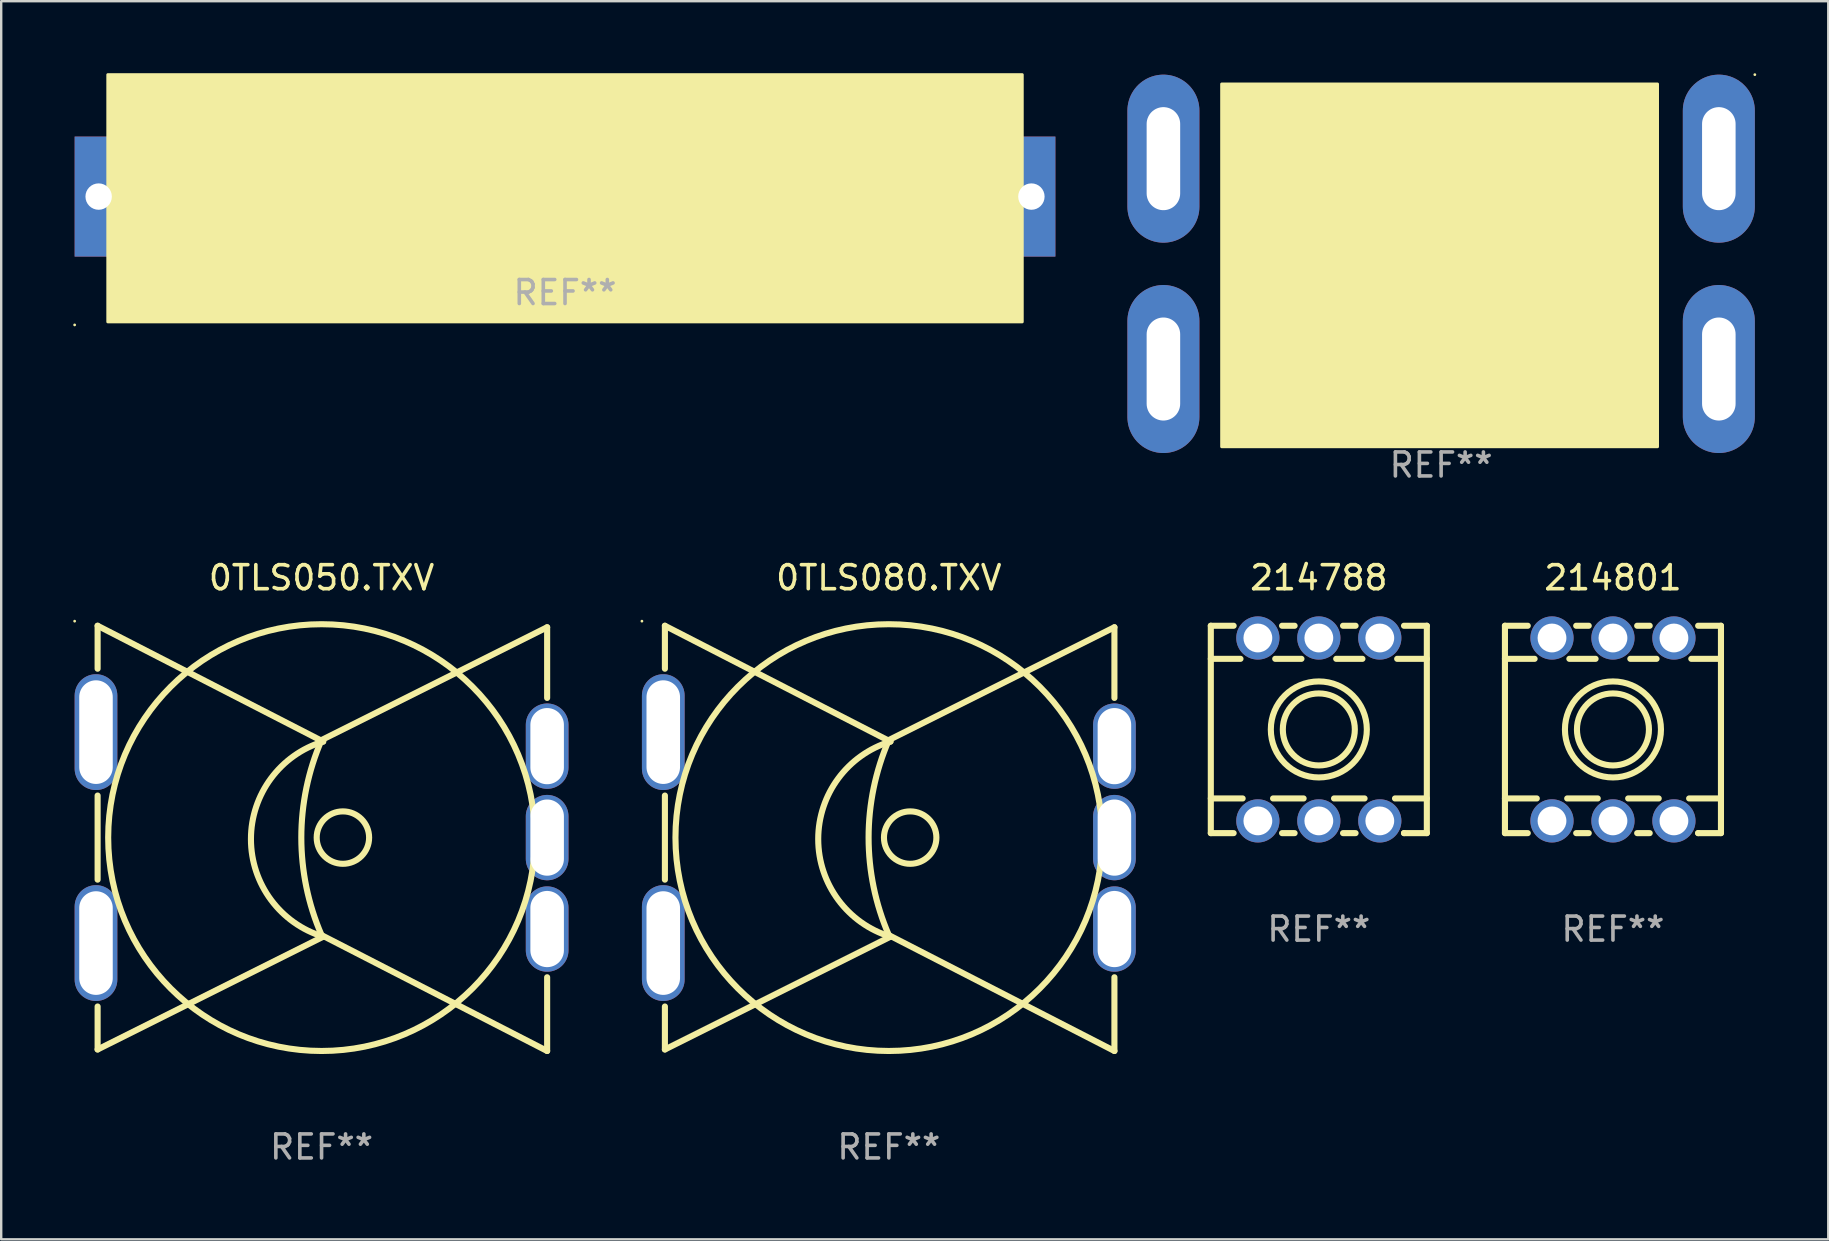
<source format=kicad_pcb>
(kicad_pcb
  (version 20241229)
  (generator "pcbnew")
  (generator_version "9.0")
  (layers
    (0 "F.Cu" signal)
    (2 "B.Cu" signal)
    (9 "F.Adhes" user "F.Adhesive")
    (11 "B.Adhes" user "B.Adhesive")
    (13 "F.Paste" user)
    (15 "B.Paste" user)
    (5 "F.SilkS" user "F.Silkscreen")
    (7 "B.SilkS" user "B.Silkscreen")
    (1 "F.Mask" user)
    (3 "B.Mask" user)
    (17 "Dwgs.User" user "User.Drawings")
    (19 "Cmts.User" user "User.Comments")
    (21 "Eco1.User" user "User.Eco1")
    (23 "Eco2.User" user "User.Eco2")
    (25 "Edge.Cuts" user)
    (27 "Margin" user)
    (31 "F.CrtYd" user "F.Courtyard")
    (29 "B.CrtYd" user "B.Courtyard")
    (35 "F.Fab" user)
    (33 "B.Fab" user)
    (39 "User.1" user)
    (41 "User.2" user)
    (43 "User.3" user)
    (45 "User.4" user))
  (footprint "0TLS080.TXV"
    (layer "F.Cu")
    (at 33.981 31.878)
    (property "Reference" "0TLS080.TXV" (at 0 -10.858 0) (layer "F.SilkS") (effects (font (size 1 1) (thickness 0.15))))
    (attr through_hole)
    (fp_line (start -9.33 -8.858) (end -9.33 -7.068) (stroke (width 0.254) (type solid)) (layer "F.SilkS"))
    (fp_line (start -9.33 -8.858) (end 0.068 -4.032) (stroke (width 0.254) (type solid)) (layer "F.SilkS"))
    (fp_line (start -9.33 -1.784) (end -9.33 1.72) (stroke (width 0.254) (type solid)) (layer "F.SilkS"))
    (fp_line (start -9.33 7.005) (end -9.33 8.795) (stroke (width 0.254) (type solid)) (layer "F.SilkS"))
    (fp_line (start -9.33 8.795) (end 0.068 4.096) (stroke (width 0.254) (type solid)) (layer "F.SilkS"))
    (fp_line (start 9.398 -8.795) (end 0 -4.096) (stroke (width 0.254) (type solid)) (layer "F.SilkS"))
    (fp_line (start 9.398 -8.795) (end 9.398 -5.851) (stroke (width 0.254) (type solid)) (layer "F.SilkS"))
    (fp_line (start 9.398 5.787) (end 9.398 8.858) (stroke (width 0.254) (type solid)) (layer "F.SilkS"))
    (fp_line (start 9.398 8.858) (end 0 4.032) (stroke (width 0.254) (type solid)) (layer "F.SilkS"))
    (fp_arc (start 0 4.032258) (mid -0.843658 -0.03175) (end 0 -4.095758) (stroke (width 0.254001) (type solid)) (layer "F.SilkS"))
    (fp_arc (start 0.067717 4.095758) (mid -2.942259 0.03175) (end 0.067716 -4.032258) (stroke (width 0.254001) (type solid)) (layer "F.SilkS"))
    (fp_circle (center -10.287 -9.049) (end -10.257 -9.049) (stroke (width 0.06) (type solid)) (fill no) (layer "F.SilkS"))
    (fp_circle (center 0 -0.032) (end 8.89 -0.032) (stroke (width 0.254) (type solid)) (fill no) (layer "F.SilkS"))
    (fp_circle (center 0.889 -0.032) (end 1.981 -0.032) (stroke (width 0.254) (type solid)) (fill no) (layer "F.SilkS"))
    (fp_text user "REF**" (at 0 12.858 0) (layer "F.Fab") (effects (font (size 1 1) (thickness 0.15))))
    (pad "1" thru_hole oval (at -9.398 -4.426 90) (size 4.826 1.778) (drill oval 4.318 1.397) (layers "*.Cu" "*.Mask"))
    (pad "1" thru_hole oval (at -9.398 4.362 90) (size 4.826 1.778) (drill oval 4.318 1.397) (layers "*.Cu" "*.Mask"))
    (pad "2" thru_hole oval (at 9.398 -3.842 90) (size 3.556 1.778) (drill oval 3.175 1.397) (layers "*.Cu" "*.Mask"))
    (pad "2" thru_hole oval (at 9.398 -0.032 90) (size 3.556 1.778) (drill oval 3.175 1.397) (layers "*.Cu" "*.Mask"))
    (pad "2" thru_hole oval (at 9.398 3.778 90) (size 3.556 1.778) (drill oval 3.175 1.397) (layers "*.Cu" "*.Mask")))
  (footprint "0SPF030.HXR"
    (layer "F.Cu")
    (at 20.49 5.14)
    (property "Reference" "0SPF030.HXR" (at 0 -2 0) (layer "F.SilkS") (effects (font (size 1 1) (thickness 0.15))))
    (attr through_hole)
    (fp_circle (center -20.43 5.347) (end -20.4 5.347) (stroke (width 0.06) (type solid)) (fill no) (layer "F.SilkS"))
    (fp_poly (pts (xy -19.05 -5.08) (xy 19.05 -5.08) (xy 19.05 5.22) (xy -19.05 5.22)) (stroke (width 0.12) (type solid)) (fill yes) (layer "F.SilkS"))
    (fp_text user "REF**" (at 0 4 0) (layer "F.Fab") (effects (font (size 1 1) (thickness 0.15))))
    (pad "1" thru_hole rect (at -19.43 0) (size 2 5) (drill 1.1) (layers "*.Cu" "*.Mask"))
    (pad "2" thru_hole rect (at 19.43 0) (size 2 5) (drill 1.1) (layers "*.Cu" "*.Mask")))
  (footprint "0TLS050.TXV"
    (layer "F.Cu")
    (at 10.347 31.878)
    (property "Reference" "0TLS050.TXV" (at 0 -10.858 0) (layer "F.SilkS") (effects (font (size 1 1) (thickness 0.15))))
    (attr through_hole)
    (fp_line (start -9.33 -8.858) (end -9.33 -7.068) (stroke (width 0.254) (type solid)) (layer "F.SilkS"))
    (fp_line (start -9.33 -8.858) (end 0.068 -4.032) (stroke (width 0.254) (type solid)) (layer "F.SilkS"))
    (fp_line (start -9.33 -1.784) (end -9.33 1.72) (stroke (width 0.254) (type solid)) (layer "F.SilkS"))
    (fp_line (start -9.33 7.005) (end -9.33 8.795) (stroke (width 0.254) (type solid)) (layer "F.SilkS"))
    (fp_line (start -9.33 8.795) (end 0.068 4.096) (stroke (width 0.254) (type solid)) (layer "F.SilkS"))
    (fp_line (start 9.398 -8.795) (end 0 -4.096) (stroke (width 0.254) (type solid)) (layer "F.SilkS"))
    (fp_line (start 9.398 -8.795) (end 9.398 -5.851) (stroke (width 0.254) (type solid)) (layer "F.SilkS"))
    (fp_line (start 9.398 5.787) (end 9.398 8.858) (stroke (width 0.254) (type solid)) (layer "F.SilkS"))
    (fp_line (start 9.398 8.858) (end 0 4.032) (stroke (width 0.254) (type solid)) (layer "F.SilkS"))
    (fp_arc (start 0 4.032258) (mid -0.843658 -0.03175) (end 0 -4.095758) (stroke (width 0.254001) (type solid)) (layer "F.SilkS"))
    (fp_arc (start 0.067717 4.095758) (mid -2.942259 0.03175) (end 0.067716 -4.032258) (stroke (width 0.254001) (type solid)) (layer "F.SilkS"))
    (fp_circle (center -10.287 -9.049) (end -10.257 -9.049) (stroke (width 0.06) (type solid)) (fill no) (layer "F.SilkS"))
    (fp_circle (center 0 -0.032) (end 8.89 -0.032) (stroke (width 0.254) (type solid)) (fill no) (layer "F.SilkS"))
    (fp_circle (center 0.889 -0.032) (end 1.981 -0.032) (stroke (width 0.254) (type solid)) (fill no) (layer "F.SilkS"))
    (fp_text user "REF**" (at 0 12.858 0) (layer "F.Fab") (effects (font (size 1 1) (thickness 0.15))))
    (pad "1" thru_hole oval (at -9.398 -4.426 90) (size 4.826 1.778) (drill oval 4.318 1.397) (layers "*.Cu" "*.Mask"))
    (pad "1" thru_hole oval (at -9.398 4.362 90) (size 4.826 1.778) (drill oval 4.318 1.397) (layers "*.Cu" "*.Mask"))
    (pad "2" thru_hole oval (at 9.398 -3.842 90) (size 3.556 1.778) (drill oval 3.175 1.397) (layers "*.Cu" "*.Mask"))
    (pad "2" thru_hole oval (at 9.398 -0.032 90) (size 3.556 1.778) (drill oval 3.175 1.397) (layers "*.Cu" "*.Mask"))
    (pad "2" thru_hole oval (at 9.398 3.778 90) (size 3.556 1.778) (drill oval 3.175 1.397) (layers "*.Cu" "*.Mask")))
  (footprint "214788"
    (layer "F.Cu")
    (at 51.895 27.34)
    (property "Reference" "214788" (at 0 -6.32 0) (layer "F.SilkS") (effects (font (size 1 1) (thickness 0.15))))
    (attr through_hole)
    (fp_line (start -4.5 4.32) (end -4.5 -4.32) (stroke (width 0.254) (type solid)) (layer "F.SilkS"))
    (fp_line (start -4.5 4.32) (end -3.549 4.32) (stroke (width 0.254) (type solid)) (layer "F.SilkS"))
    (fp_line (start -3.549 -4.32) (end -4.5 -4.32) (stroke (width 0.254) (type solid)) (layer "F.SilkS"))
    (fp_line (start -3.264 -2.942) (end -4.5 -2.942) (stroke (width 0.254) (type solid)) (layer "F.SilkS"))
    (fp_line (start -3.174 2.875) (end -4.5 2.875) (stroke (width 0.254) (type solid)) (layer "F.SilkS"))
    (fp_line (start -1.531 4.32) (end -1.009 4.32) (stroke (width 0.254) (type solid)) (layer "F.SilkS"))
    (fp_line (start -1.009 -4.32) (end -1.531 -4.32) (stroke (width 0.254) (type solid)) (layer "F.SilkS"))
    (fp_line (start -0.724 -2.942) (end -1.816 -2.942) (stroke (width 0.254) (type solid)) (layer "F.SilkS"))
    (fp_line (start -0.634 2.875) (end -1.906 2.875) (stroke (width 0.254) (type solid)) (layer "F.SilkS"))
    (fp_line (start 1.009 4.32) (end 1.531 4.32) (stroke (width 0.254) (type solid)) (layer "F.SilkS"))
    (fp_line (start 1.531 -4.32) (end 1.009 -4.32) (stroke (width 0.254) (type solid)) (layer "F.SilkS"))
    (fp_line (start 1.816 -2.942) (end 0.724 -2.942) (stroke (width 0.254) (type solid)) (layer "F.SilkS"))
    (fp_line (start 1.906 2.875) (end 0.634 2.875) (stroke (width 0.254) (type solid)) (layer "F.SilkS"))
    (fp_line (start 3.549 4.32) (end 3.549 4.318) (stroke (width 0.254) (type solid)) (layer "F.SilkS"))
    (fp_line (start 3.549 4.32) (end 4.5 4.32) (stroke (width 0.254) (type solid)) (layer "F.SilkS"))
    (fp_line (start 4.5 -4.32) (end 3.549 -4.32) (stroke (width 0.254) (type solid)) (layer "F.SilkS"))
    (fp_line (start 4.5 -4.32) (end 4.5 4.32) (stroke (width 0.254) (type solid)) (layer "F.SilkS"))
    (fp_line (start 4.5 -2.942) (end 3.264 -2.942) (stroke (width 0.254) (type solid)) (layer "F.SilkS"))
    (fp_line (start 4.5 2.875) (end 3.174 2.875) (stroke (width 0.254) (type solid)) (layer "F.SilkS"))
    (fp_circle (center 0 0) (end 1.5 0) (stroke (width 0.254) (type solid)) (fill no) (layer "F.SilkS"))
    (fp_circle (center 0 0) (end 2 0) (stroke (width 0.254) (type solid)) (fill no) (layer "F.SilkS"))
    (fp_text user "REF**" (at 0 8.32 0) (layer "F.Fab") (effects (font (size 1 1) (thickness 0.15))))
    (pad "1" thru_hole circle (at -2.54 3.81) (size 1.8 1.8) (drill 1.2) (layers "*.Cu" "*.Mask"))
    (pad "2" thru_hole circle (at 0 3.81) (size 1.8 1.8) (drill 1.2) (layers "*.Cu" "*.Mask"))
    (pad "3" thru_hole circle (at 2.54 3.81) (size 1.8 1.8) (drill 1.2) (layers "*.Cu" "*.Mask"))
    (pad "4" thru_hole circle (at 2.54 -3.81) (size 1.8 1.8) (drill 1.2) (layers "*.Cu" "*.Mask"))
    (pad "5" thru_hole circle (at 0 -3.81) (size 1.8 1.8) (drill 1.2) (layers "*.Cu" "*.Mask"))
    (pad "6" thru_hole circle (at -2.54 -3.81) (size 1.8 1.8) (drill 1.2) (layers "*.Cu" "*.Mask")))
  (footprint "0TLS030.TXLS"
    (layer "F.Cu")
    (at 56.99 7.942)
    (property "Reference" "0TLS030.TXLS" (at 0 -6.382 0) (layer "F.SilkS") (effects (font (size 1 1) (thickness 0.15))))
    (attr through_hole)
    (fp_circle (center 13.07 -7.882) (end 13.1 -7.882) (stroke (width 0.06) (type solid)) (fill no) (layer "F.SilkS"))
    (fp_poly (pts (xy -9.144 -7.493) (xy 9.017 -7.493) (xy 9.017 7.62) (xy -9.144 7.62)) (stroke (width 0.12) (type solid)) (fill yes) (layer "F.SilkS"))
    (fp_text user "REF**" (at 0 8.382 0) (layer "F.Fab") (effects (font (size 1 1) (thickness 0.15))))
    (pad "1" thru_hole oval (at 11.57 -4.382 90) (size 7 3) (drill oval 4.293 1.397) (layers "*.Cu" "*.Mask"))
    (pad "1" thru_hole oval (at 11.57 4.382 90) (size 7 3) (drill oval 4.293 1.397) (layers "*.Cu" "*.Mask"))
    (pad "2" thru_hole oval (at -11.57 -4.382 90) (size 7 3) (drill oval 4.293 1.397) (layers "*.Cu" "*.Mask"))
    (pad "2" thru_hole oval (at -11.57 4.382 90) (size 7 3) (drill oval 4.293 1.397) (layers "*.Cu" "*.Mask")))
  (footprint "214801"
    (layer "F.Cu")
    (at 64.149 27.34)
    (property "Reference" "214801" (at 0 -6.32 0) (layer "F.SilkS") (effects (font (size 1 1) (thickness 0.15))))
    (attr through_hole)
    (fp_line (start -4.5 4.32) (end -4.5 -4.32) (stroke (width 0.254) (type solid)) (layer "F.SilkS"))
    (fp_line (start -4.5 4.32) (end -3.549 4.32) (stroke (width 0.254) (type solid)) (layer "F.SilkS"))
    (fp_line (start -3.549 -4.32) (end -4.5 -4.32) (stroke (width 0.254) (type solid)) (layer "F.SilkS"))
    (fp_line (start -3.264 -2.942) (end -4.5 -2.942) (stroke (width 0.254) (type solid)) (layer "F.SilkS"))
    (fp_line (start -3.174 2.875) (end -4.5 2.875) (stroke (width 0.254) (type solid)) (layer "F.SilkS"))
    (fp_line (start -1.531 4.32) (end -1.009 4.32) (stroke (width 0.254) (type solid)) (layer "F.SilkS"))
    (fp_line (start -1.009 -4.32) (end -1.531 -4.32) (stroke (width 0.254) (type solid)) (layer "F.SilkS"))
    (fp_line (start -0.724 -2.942) (end -1.816 -2.942) (stroke (width 0.254) (type solid)) (layer "F.SilkS"))
    (fp_line (start -0.634 2.875) (end -1.906 2.875) (stroke (width 0.254) (type solid)) (layer "F.SilkS"))
    (fp_line (start 1.009 4.32) (end 1.531 4.32) (stroke (width 0.254) (type solid)) (layer "F.SilkS"))
    (fp_line (start 1.531 -4.32) (end 1.009 -4.32) (stroke (width 0.254) (type solid)) (layer "F.SilkS"))
    (fp_line (start 1.816 -2.942) (end 0.724 -2.942) (stroke (width 0.254) (type solid)) (layer "F.SilkS"))
    (fp_line (start 1.906 2.875) (end 0.634 2.875) (stroke (width 0.254) (type solid)) (layer "F.SilkS"))
    (fp_line (start 3.549 4.32) (end 3.549 4.318) (stroke (width 0.254) (type solid)) (layer "F.SilkS"))
    (fp_line (start 3.549 4.32) (end 4.5 4.32) (stroke (width 0.254) (type solid)) (layer "F.SilkS"))
    (fp_line (start 4.5 -4.32) (end 3.549 -4.32) (stroke (width 0.254) (type solid)) (layer "F.SilkS"))
    (fp_line (start 4.5 -4.32) (end 4.5 4.32) (stroke (width 0.254) (type solid)) (layer "F.SilkS"))
    (fp_line (start 4.5 -2.942) (end 3.264 -2.942) (stroke (width 0.254) (type solid)) (layer "F.SilkS"))
    (fp_line (start 4.5 2.875) (end 3.174 2.875) (stroke (width 0.254) (type solid)) (layer "F.SilkS"))
    (fp_circle (center 0 0) (end 1.5 0) (stroke (width 0.254) (type solid)) (fill no) (layer "F.SilkS"))
    (fp_circle (center 0 0) (end 2 0) (stroke (width 0.254) (type solid)) (fill no) (layer "F.SilkS"))
    (fp_text user "REF**" (at 0 8.32 0) (layer "F.Fab") (effects (font (size 1 1) (thickness 0.15))))
    (pad "1" thru_hole circle (at -2.54 3.81) (size 1.8 1.8) (drill 1.2) (layers "*.Cu" "*.Mask"))
    (pad "2" thru_hole circle (at 0 3.81) (size 1.8 1.8) (drill 1.2) (layers "*.Cu" "*.Mask"))
    (pad "3" thru_hole circle (at 2.54 3.81) (size 1.8 1.8) (drill 1.2) (layers "*.Cu" "*.Mask"))
    (pad "4" thru_hole circle (at 2.54 -3.81) (size 1.8 1.8) (drill 1.2) (layers "*.Cu" "*.Mask"))
    (pad "5" thru_hole circle (at 0 -3.81) (size 1.8 1.8) (drill 1.2) (layers "*.Cu" "*.Mask"))
    (pad "6" thru_hole circle (at -2.54 -3.81) (size 1.8 1.8) (drill 1.2) (layers "*.Cu" "*.Mask")))
  (gr_rect
    (start -3 -3)
    (end 73.119 48.584)
    (stroke (width 0.1) (type default))
    (fill no)
    (layer "Edge.Cuts")))
</source>
